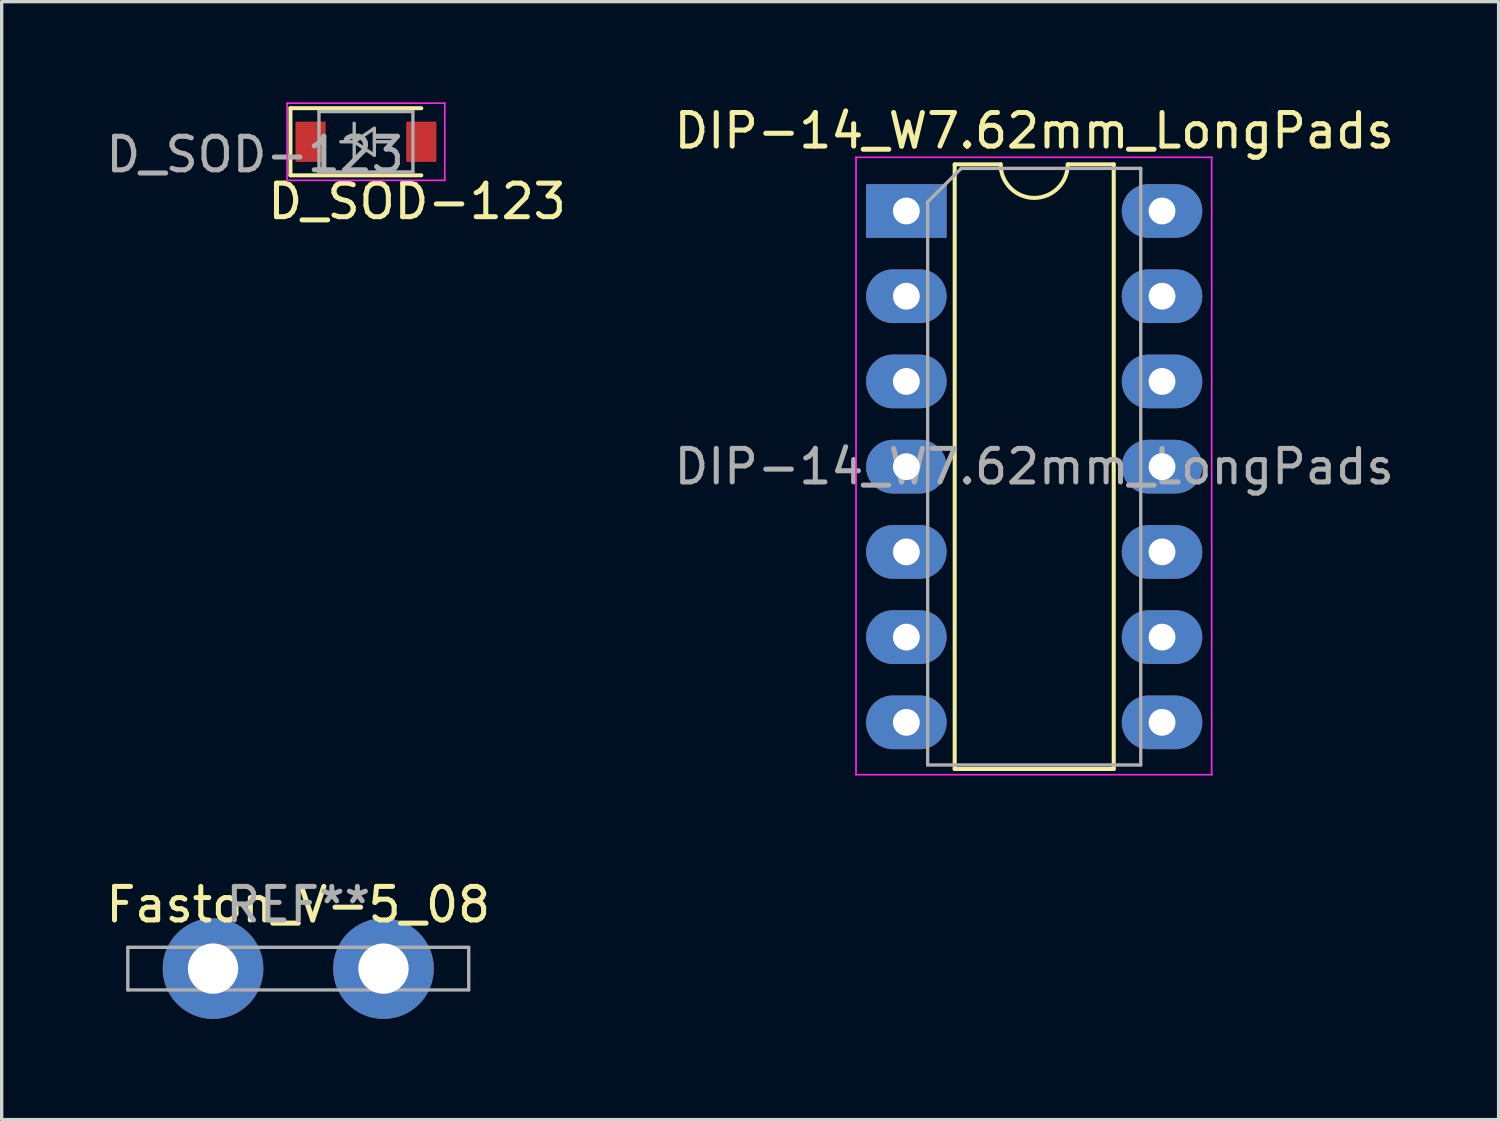
<source format=kicad_pcb>
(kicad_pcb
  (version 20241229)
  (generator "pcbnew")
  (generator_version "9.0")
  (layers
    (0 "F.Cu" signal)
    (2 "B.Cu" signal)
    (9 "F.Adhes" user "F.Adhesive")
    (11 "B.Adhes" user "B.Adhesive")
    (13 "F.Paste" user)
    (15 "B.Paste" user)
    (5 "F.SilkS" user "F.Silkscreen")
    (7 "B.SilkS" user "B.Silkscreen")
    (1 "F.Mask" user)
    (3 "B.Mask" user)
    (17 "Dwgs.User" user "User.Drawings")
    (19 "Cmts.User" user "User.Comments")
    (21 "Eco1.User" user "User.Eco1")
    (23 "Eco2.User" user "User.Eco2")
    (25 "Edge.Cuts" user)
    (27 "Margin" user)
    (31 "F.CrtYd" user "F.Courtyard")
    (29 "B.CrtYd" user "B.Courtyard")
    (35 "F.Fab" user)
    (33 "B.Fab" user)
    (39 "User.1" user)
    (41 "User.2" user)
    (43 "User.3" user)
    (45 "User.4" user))
  (footprint "Faston_V-5_08"
    (layer "F.Cu")
    (at 5.839 25.817)
    (property "Reference" "Faston_V-5_08" (at 0 -1.905 0) (layer "F.SilkS") (effects (font (size 1 1) (thickness 0.15))))
    (attr through_hole)
    (fp_line (start -5.08 -0.635) (end -5.08 0.635) (stroke (width 0.1) (type solid)) (layer "F.Fab"))
    (fp_line (start -5.08 -0.635) (end 5.08 -0.635) (stroke (width 0.1) (type solid)) (layer "F.Fab"))
    (fp_line (start 5.08 -0.635) (end 5.08 0.635) (stroke (width 0.1) (type solid)) (layer "F.Fab"))
    (fp_line (start 5.08 0.635) (end -5.08 0.635) (stroke (width 0.1) (type solid)) (layer "F.Fab"))
    (fp_text user "REF**" (at 0 -1.905 0) (layer "F.Fab") (effects (font (size 1 1) (thickness 0.15))))
    (pad "1" thru_hole circle (at -2.54 0) (size 3 3) (drill 1.5) (layers "*.Cu" "*.Mask"))
    (pad "2" thru_hole circle (at 2.54 0) (size 3 3) (drill 1.5) (layers "*.Cu" "*.Mask")))
  (footprint "D_SOD-123"
    (layer "F.Cu")
    (at 7.856 1.175)
    (property "Reference" "D_SOD-123" (at 1.524 1.778 0) (layer "F.SilkS") (effects (font (size 1 1) (thickness 0.15))))
    (attr smd)
    (fp_line (start -2.25 -1) (end -2.25 1) (stroke (width 0.12) (type solid)) (layer "F.SilkS"))
    (fp_line (start -2.25 -1) (end 1.65 -1) (stroke (width 0.12) (type solid)) (layer "F.SilkS"))
    (fp_line (start -2.25 1) (end 1.65 1) (stroke (width 0.12) (type solid)) (layer "F.SilkS"))
    (fp_line (start -2.35 -1.15) (end -2.35 1.15) (stroke (width 0.05) (type solid)) (layer "F.CrtYd"))
    (fp_line (start -2.35 -1.15) (end 2.35 -1.15) (stroke (width 0.05) (type solid)) (layer "F.CrtYd"))
    (fp_line (start 2.35 -1.15) (end 2.35 1.15) (stroke (width 0.05) (type solid)) (layer "F.CrtYd"))
    (fp_line (start 2.35 1.15) (end -2.35 1.15) (stroke (width 0.05) (type solid)) (layer "F.CrtYd"))
    (fp_line (start -1.4 -0.9) (end 1.4 -0.9) (stroke (width 0.1) (type solid)) (layer "F.Fab"))
    (fp_line (start -1.4 0.9) (end -1.4 -0.9) (stroke (width 0.1) (type solid)) (layer "F.Fab"))
    (fp_line (start -0.75 0) (end -0.35 0) (stroke (width 0.1) (type solid)) (layer "F.Fab"))
    (fp_line (start -0.35 0) (end -0.35 -0.55) (stroke (width 0.1) (type solid)) (layer "F.Fab"))
    (fp_line (start -0.35 0) (end -0.35 0.55) (stroke (width 0.1) (type solid)) (layer "F.Fab"))
    (fp_line (start -0.35 0) (end 0.25 -0.4) (stroke (width 0.1) (type solid)) (layer "F.Fab"))
    (fp_line (start 0.25 -0.4) (end 0.25 0.4) (stroke (width 0.1) (type solid)) (layer "F.Fab"))
    (fp_line (start 0.25 0) (end 0.75 0) (stroke (width 0.1) (type solid)) (layer "F.Fab"))
    (fp_line (start 0.25 0.4) (end -0.35 0) (stroke (width 0.1) (type solid)) (layer "F.Fab"))
    (fp_line (start 1.4 -0.9) (end 1.4 0.9) (stroke (width 0.1) (type solid)) (layer "F.Fab"))
    (fp_line (start 1.4 0.9) (end -1.4 0.9) (stroke (width 0.1) (type solid)) (layer "F.Fab"))
    (fp_text user "${REFERENCE}" (at -3.302 0.381 0) (layer "F.Fab") (effects (font (size 1 1) (thickness 0.15))))
    (pad "1" smd rect (at -1.65 0) (size 0.9 1.2) (layers "F.Cu" "F.Mask" "F.Paste"))
    (pad "2" smd rect (at 1.65 0) (size 0.9 1.2) (layers "F.Cu" "F.Mask" "F.Paste")))
  (footprint "DIP-14_W7.62mm_LongPads"
    (layer "F.Cu")
    (at 23.962 3.238)
    (property "Reference" "DIP-14_W7.62mm_LongPads" (at 3.81 -2.39 0) (layer "F.SilkS") (effects (font (size 1 1) (thickness 0.15))))
    (attr through_hole)
    (fp_line (start 1.44 -1.39) (end 1.44 16.63) (stroke (width 0.12) (type solid)) (layer "F.SilkS"))
    (fp_line (start 1.44 16.63) (end 6.18 16.63) (stroke (width 0.12) (type solid)) (layer "F.SilkS"))
    (fp_line (start 2.81 -1.39) (end 1.44 -1.39) (stroke (width 0.12) (type solid)) (layer "F.SilkS"))
    (fp_line (start 6.18 -1.39) (end 4.81 -1.39) (stroke (width 0.12) (type solid)) (layer "F.SilkS"))
    (fp_line (start 6.18 16.63) (end 6.18 -1.39) (stroke (width 0.12) (type solid)) (layer "F.SilkS"))
    (fp_arc (start 4.81 -1.39) (mid 3.81 -0.39) (end 2.81 -1.39) (stroke (width 0.12) (type solid)) (layer "F.SilkS"))
    (fp_line (start -1.5 -1.6) (end -1.5 16.8) (stroke (width 0.05) (type solid)) (layer "F.CrtYd"))
    (fp_line (start -1.5 16.8) (end 9.1 16.8) (stroke (width 0.05) (type solid)) (layer "F.CrtYd"))
    (fp_line (start 9.1 -1.6) (end -1.5 -1.6) (stroke (width 0.05) (type solid)) (layer "F.CrtYd"))
    (fp_line (start 9.1 16.8) (end 9.1 -1.6) (stroke (width 0.05) (type solid)) (layer "F.CrtYd"))
    (fp_line (start 0.635 -0.27) (end 1.635 -1.27) (stroke (width 0.1) (type solid)) (layer "F.Fab"))
    (fp_line (start 0.635 16.51) (end 0.635 -0.27) (stroke (width 0.1) (type solid)) (layer "F.Fab"))
    (fp_line (start 1.635 -1.27) (end 6.985 -1.27) (stroke (width 0.1) (type solid)) (layer "F.Fab"))
    (fp_line (start 6.985 -1.27) (end 6.985 16.51) (stroke (width 0.1) (type solid)) (layer "F.Fab"))
    (fp_line (start 6.985 16.51) (end 0.635 16.51) (stroke (width 0.1) (type solid)) (layer "F.Fab"))
    (fp_text user "${REFERENCE}" (at 3.81 7.62 0) (layer "F.Fab") (effects (font (size 1 1) (thickness 0.15))))
    (pad "1" thru_hole rect (at 0 0) (size 2.4 1.6) (drill 0.8) (layers "*.Cu" "*.Mask"))
    (pad "2" thru_hole oval (at 0 2.54) (size 2.4 1.6) (drill 0.8) (layers "*.Cu" "*.Mask"))
    (pad "3" thru_hole oval (at 0 5.08) (size 2.4 1.6) (drill 0.8) (layers "*.Cu" "*.Mask"))
    (pad "4" thru_hole oval (at 0 7.62) (size 2.4 1.6) (drill 0.8) (layers "*.Cu" "*.Mask"))
    (pad "5" thru_hole oval (at 0 10.16) (size 2.4 1.6) (drill 0.8) (layers "*.Cu" "*.Mask"))
    (pad "6" thru_hole oval (at 0 12.7) (size 2.4 1.6) (drill 0.8) (layers "*.Cu" "*.Mask"))
    (pad "7" thru_hole oval (at 0 15.24) (size 2.4 1.6) (drill 0.8) (layers "*.Cu" "*.Mask"))
    (pad "8" thru_hole oval (at 7.62 15.24) (size 2.4 1.6) (drill 0.8) (layers "*.Cu" "*.Mask"))
    (pad "9" thru_hole oval (at 7.62 12.7) (size 2.4 1.6) (drill 0.8) (layers "*.Cu" "*.Mask"))
    (pad "10" thru_hole oval (at 7.62 10.16) (size 2.4 1.6) (drill 0.8) (layers "*.Cu" "*.Mask"))
    (pad "11" thru_hole oval (at 7.62 7.62) (size 2.4 1.6) (drill 0.8) (layers "*.Cu" "*.Mask"))
    (pad "12" thru_hole oval (at 7.62 5.08) (size 2.4 1.6) (drill 0.8) (layers "*.Cu" "*.Mask"))
    (pad "13" thru_hole oval (at 7.62 2.54) (size 2.4 1.6) (drill 0.8) (layers "*.Cu" "*.Mask"))
    (pad "14" thru_hole oval (at 7.62 0) (size 2.4 1.6) (drill 0.8) (layers "*.Cu" "*.Mask")))
  (gr_rect
    (start -3 -3)
    (end 41.612 30.317)
    (stroke (width 0.1) (type default))
    (fill no)
    (layer "Edge.Cuts")))
</source>
